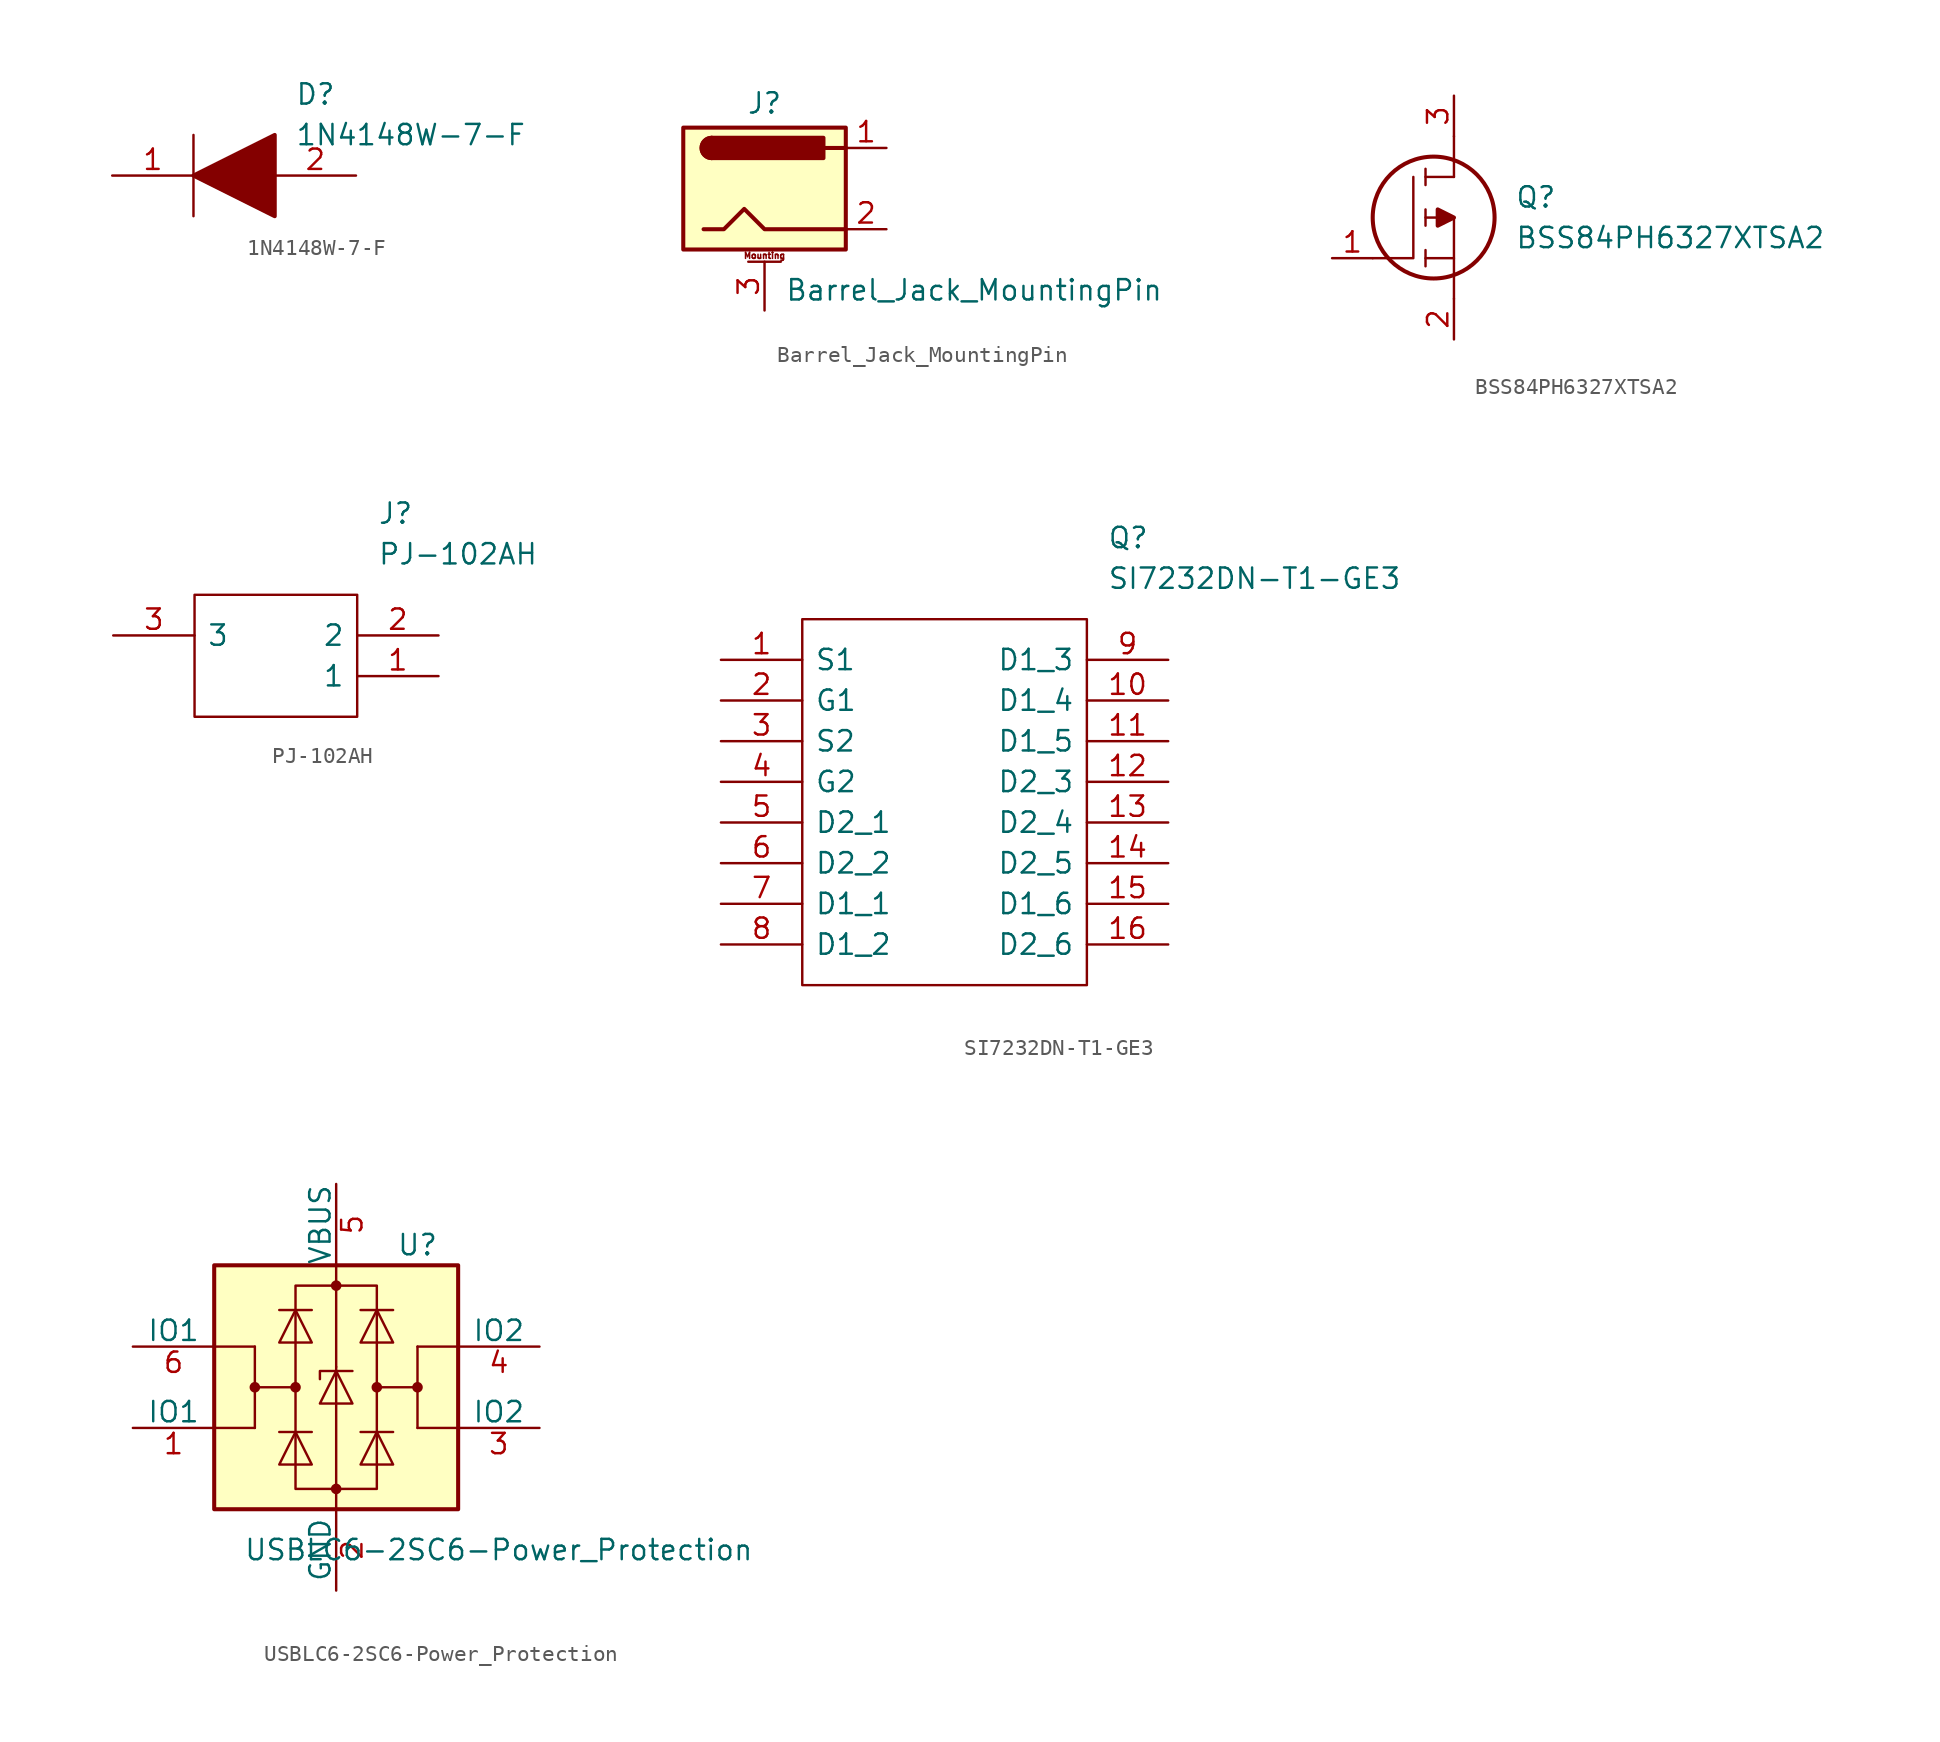
<source format=kicad_sym>
(kicad_symbol_lib
  (version 20211014)
  (generator kicad_symbol_editor)
  (symbol "1N4148W-7-F"
    (pin_names
      (offset 0.762))
    (property "Reference" "D"
      (at 11.43 5.08 0)
      (effects (font (size 1.27 1.27)) (justify left)))
    (property "Value" "1N4148W-7-F"
      (at 11.43 2.54 0)
      (effects (font (size 1.27 1.27)) (justify left)))
    (symbol "1N4148W-7-F_0_0"
      (pin passive line (at 0 0 0) (length 5.08) (name "~" (effects (font (size 1.27 1.27)))) (number "1" (effects (font (size 1.27 1.27)))))
      (pin passive line (at 15.24 0 180) (length 5.08) (name "~" (effects (font (size 1.27 1.27)))) (number "2" (effects (font (size 1.27 1.27))))))
    (symbol "1N4148W-7-F_0_1"
      (polyline (pts (xy 5.08 2.54) (xy 5.08 -2.54)) (stroke (width 0.152) (type default) (color 0 0 0 0)) (fill (type none)))
      (polyline (pts (xy 5.08 0) (xy 10.16 2.54) (xy 10.16 -2.54) (xy 5.08 0)) (stroke (width 0.254) (type default) (color 0 0 0 0)) (fill (type outline)))))
  (symbol "Barrel_Jack_MountingPin"
    (pin_names hide)
    (property "Reference" "J"
      (at 0 5.334 0)
      (effects (font (size 1.27 1.27))))
    (property "Value" "Barrel_Jack_MountingPin"
      (at 1.27 -6.35 0)
      (effects (font (size 1.27 1.27)) (justify left)))
    (symbol "Barrel_Jack_MountingPin_0_1"
      (rectangle (start -5.08 3.81) (end 5.08 -3.81) (stroke (width 0.254) (type default) (color 0 0 0 0)) (fill (type background)))
      (arc (start -3.302 3.175) (mid -3.937 2.54) (end -3.302 1.905) (stroke (width 0.254) (type default) (color 0 0 0 0)) (fill (type none)))
      (arc (start -3.302 3.175) (mid -3.937 2.54) (end -3.302 1.905) (stroke (width 0.254) (type default) (color 0 0 0 0)) (fill (type outline)))
      (polyline (pts (xy 5.08 2.54) (xy 3.81 2.54)) (stroke (width 0.254) (type default) (color 0 0 0 0)) (fill (type none)))
      (polyline (pts (xy -3.81 -2.54) (xy -2.54 -2.54) (xy -1.27 -1.27) (xy 0 -2.54) (xy 2.54 -2.54) (xy 5.08 -2.54)) (stroke (width 0.254) (type default) (color 0 0 0 0)) (fill (type none)))
      (rectangle (start 3.683 3.175) (end -3.302 1.905) (stroke (width 0.254) (type default) (color 0 0 0 0)) (fill (type outline))))
    (symbol "Barrel_Jack_MountingPin_1_1"
      (polyline (pts (xy -1.016 -4.572) (xy 1.016 -4.572)) (stroke (width 0.152) (type default) (color 0 0 0 0)) (fill (type none)))
      (text "Mounting" (at 0 -4.191 0) (effects (font (size 0.381 0.381))))
      (pin passive line (at 7.62 2.54 180) (length 2.54) (name "~" (effects (font (size 1.27 1.27)))) (number "1" (effects (font (size 1.27 1.27)))))
      (pin passive line (at 7.62 -2.54 180) (length 2.54) (name "~" (effects (font (size 1.27 1.27)))) (number "2" (effects (font (size 1.27 1.27)))))
      (pin passive line (at 0 -7.62 90) (length 3.048) (name "MountPin" (effects (font (size 1.27 1.27)))) (number "3" (effects (font (size 1.27 1.27)))))))
  (symbol "BSS84PH6327XTSA2"
    (pin_names
      (offset 0.762))
    (property "Reference" "Q"
      (at 11.43 3.81 0)
      (effects (font (size 1.27 1.27)) (justify left)))
    (property "Value" "BSS84PH6327XTSA2"
      (at 11.43 1.27 0)
      (effects (font (size 1.27 1.27)) (justify left)))
    (symbol "BSS84PH6327XTSA2_0_0"
      (pin passive line (at 0 0 0) (length 2.54) (name "~" (effects (font (size 1.27 1.27)))) (number "1" (effects (font (size 1.27 1.27)))))
      (pin passive line (at 7.62 -5.08 90) (length 2.54) (name "~" (effects (font (size 1.27 1.27)))) (number "2" (effects (font (size 1.27 1.27)))))
      (pin passive line (at 7.62 10.16 270) (length 2.54) (name "~" (effects (font (size 1.27 1.27)))) (number "3" (effects (font (size 1.27 1.27))))))
    (symbol "BSS84PH6327XTSA2_0_1"
      (polyline (pts (xy 5.842 -0.508) (xy 5.842 0.508)) (stroke (width 0.152) (type default) (color 0 0 0 0)) (fill (type none)))
      (polyline (pts (xy 5.842 0) (xy 7.62 0)) (stroke (width 0.152) (type default) (color 0 0 0 0)) (fill (type none)))
      (polyline (pts (xy 5.842 2.032) (xy 5.842 3.048)) (stroke (width 0.152) (type default) (color 0 0 0 0)) (fill (type none)))
      (polyline (pts (xy 5.842 5.588) (xy 5.842 4.572)) (stroke (width 0.152) (type default) (color 0 0 0 0)) (fill (type none)))
      (polyline (pts (xy 7.62 2.54) (xy 5.842 2.54)) (stroke (width 0.152) (type default) (color 0 0 0 0)) (fill (type none)))
      (polyline (pts (xy 7.62 2.54) (xy 7.62 -2.54)) (stroke (width 0.152) (type default) (color 0 0 0 0)) (fill (type none)))
      (polyline (pts (xy 7.62 5.08) (xy 5.842 5.08)) (stroke (width 0.152) (type default) (color 0 0 0 0)) (fill (type none)))
      (polyline (pts (xy 7.62 5.08) (xy 7.62 7.62)) (stroke (width 0.152) (type default) (color 0 0 0 0)) (fill (type none)))
      (polyline (pts (xy 2.54 0) (xy 5.08 0) (xy 5.08 5.08)) (stroke (width 0.152) (type default) (color 0 0 0 0)) (fill (type none)))
      (polyline (pts (xy 7.62 2.54) (xy 6.604 3.048) (xy 6.604 2.032) (xy 7.62 2.54)) (stroke (width 0.254) (type default) (color 0 0 0 0)) (fill (type outline)))
      (circle (center 6.35 2.54) (radius 3.81) (stroke (width 0.254) (type default) (color 0 0 0 0)) (fill (type none)))))
  (symbol "PJ-102AH"
    (pin_names
      (offset 0.762))
    (property "Reference" "J"
      (at 16.51 7.62 0)
      (effects (font (size 1.27 1.27)) (justify left)))
    (property "Value" "PJ-102AH"
      (at 16.51 5.08 0)
      (effects (font (size 1.27 1.27)) (justify left)))
    (symbol "PJ-102AH_0_0"
      (pin passive line (at 20.32 -2.54 180) (length 5.08) (name "1" (effects (font (size 1.27 1.27)))) (number "1" (effects (font (size 1.27 1.27)))))
      (pin passive line (at 20.32 0 180) (length 5.08) (name "2" (effects (font (size 1.27 1.27)))) (number "2" (effects (font (size 1.27 1.27)))))
      (pin passive line (at 0 0 0) (length 5.08) (name "3" (effects (font (size 1.27 1.27)))) (number "3" (effects (font (size 1.27 1.27))))))
    (symbol "PJ-102AH_0_1"
      (polyline (pts (xy 5.08 2.54) (xy 15.24 2.54) (xy 15.24 -5.08) (xy 5.08 -5.08) (xy 5.08 2.54)) (stroke (width 0.152) (type default) (color 0 0 0 0)) (fill (type none)))))
  (symbol "SI7232DN-T1-GE3"
    (pin_names
      (offset 0.762))
    (property "Reference" "Q"
      (at 24.13 7.62 0)
      (effects (font (size 1.27 1.27)) (justify left)))
    (property "Value" "SI7232DN-T1-GE3"
      (at 24.13 5.08 0)
      (effects (font (size 1.27 1.27)) (justify left)))
    (symbol "SI7232DN-T1-GE3_0_0"
      (pin passive line (at 0 0 0) (length 5.08) (name "S1" (effects (font (size 1.27 1.27)))) (number "1" (effects (font (size 1.27 1.27)))))
      (pin passive line (at 27.94 -2.54 180) (length 5.08) (name "D1_4" (effects (font (size 1.27 1.27)))) (number "10" (effects (font (size 1.27 1.27)))))
      (pin passive line (at 27.94 -5.08 180) (length 5.08) (name "D1_5" (effects (font (size 1.27 1.27)))) (number "11" (effects (font (size 1.27 1.27)))))
      (pin passive line (at 27.94 -7.62 180) (length 5.08) (name "D2_3" (effects (font (size 1.27 1.27)))) (number "12" (effects (font (size 1.27 1.27)))))
      (pin passive line (at 27.94 -10.16 180) (length 5.08) (name "D2_4" (effects (font (size 1.27 1.27)))) (number "13" (effects (font (size 1.27 1.27)))))
      (pin passive line (at 27.94 -12.7 180) (length 5.08) (name "D2_5" (effects (font (size 1.27 1.27)))) (number "14" (effects (font (size 1.27 1.27)))))
      (pin passive line (at 27.94 -15.24 180) (length 5.08) (name "D1_6" (effects (font (size 1.27 1.27)))) (number "15" (effects (font (size 1.27 1.27)))))
      (pin passive line (at 27.94 -17.78 180) (length 5.08) (name "D2_6" (effects (font (size 1.27 1.27)))) (number "16" (effects (font (size 1.27 1.27)))))
      (pin passive line (at 0 -2.54 0) (length 5.08) (name "G1" (effects (font (size 1.27 1.27)))) (number "2" (effects (font (size 1.27 1.27)))))
      (pin passive line (at 0 -5.08 0) (length 5.08) (name "S2" (effects (font (size 1.27 1.27)))) (number "3" (effects (font (size 1.27 1.27)))))
      (pin passive line (at 0 -7.62 0) (length 5.08) (name "G2" (effects (font (size 1.27 1.27)))) (number "4" (effects (font (size 1.27 1.27)))))
      (pin passive line (at 0 -10.16 0) (length 5.08) (name "D2_1" (effects (font (size 1.27 1.27)))) (number "5" (effects (font (size 1.27 1.27)))))
      (pin passive line (at 0 -12.7 0) (length 5.08) (name "D2_2" (effects (font (size 1.27 1.27)))) (number "6" (effects (font (size 1.27 1.27)))))
      (pin passive line (at 0 -15.24 0) (length 5.08) (name "D1_1" (effects (font (size 1.27 1.27)))) (number "7" (effects (font (size 1.27 1.27)))))
      (pin passive line (at 0 -17.78 0) (length 5.08) (name "D1_2" (effects (font (size 1.27 1.27)))) (number "8" (effects (font (size 1.27 1.27)))))
      (pin passive line (at 27.94 0 180) (length 5.08) (name "D1_3" (effects (font (size 1.27 1.27)))) (number "9" (effects (font (size 1.27 1.27))))))
    (symbol "SI7232DN-T1-GE3_0_1"
      (polyline (pts (xy 5.08 2.54) (xy 22.86 2.54) (xy 22.86 -20.32) (xy 5.08 -20.32) (xy 5.08 2.54)) (stroke (width 0.152) (type default) (color 0 0 0 0)) (fill (type none)))))
  (symbol "USBLC6-2SC6-Power_Protection"
    (pin_names
      (offset 0))
    (property "Reference" "U"
      (at 5.08 8.89 0)
      (effects (font (size 1.27 1.27))))
    (property "Value" "USBLC6-2SC6-Power_Protection"
      (at 10.16 -10.16 0)
      (effects (font (size 1.27 1.27))))
    (symbol "USBLC6-2SC6-Power_Protection_0_1"
      (rectangle (start -7.62 -7.62) (end 7.62 7.62) (stroke (width 0.254) (type default) (color 0 0 0 0)) (fill (type background)))
      (circle (center -5.08 0) (radius 0.254) (stroke (width 0) (type default) (color 0 0 0 0)) (fill (type outline)))
      (circle (center -2.54 0) (radius 0.254) (stroke (width 0) (type default) (color 0 0 0 0)) (fill (type outline)))
      (rectangle (start -2.54 6.35) (end 2.54 -6.35) (stroke (width 0) (type default) (color 0 0 0 0)) (fill (type none)))
      (circle (center 0 -6.35) (radius 0.254) (stroke (width 0) (type default) (color 0 0 0 0)) (fill (type outline)))
      (polyline (pts (xy -5.08 -2.54) (xy -7.62 -2.54)) (stroke (width 0) (type default) (color 0 0 0 0)) (fill (type none)))
      (polyline (pts (xy -5.08 0) (xy -5.08 -2.54)) (stroke (width 0) (type default) (color 0 0 0 0)) (fill (type none)))
      (polyline (pts (xy -5.08 2.54) (xy -7.62 2.54)) (stroke (width 0) (type default) (color 0 0 0 0)) (fill (type none)))
      (polyline (pts (xy -1.524 -2.794) (xy -3.556 -2.794)) (stroke (width 0) (type default) (color 0 0 0 0)) (fill (type none)))
      (polyline (pts (xy -1.524 4.826) (xy -3.556 4.826)) (stroke (width 0) (type default) (color 0 0 0 0)) (fill (type none)))
      (polyline (pts (xy 0 -7.62) (xy 0 -6.35)) (stroke (width 0) (type default) (color 0 0 0 0)) (fill (type none)))
      (polyline (pts (xy 0 -6.35) (xy 0 1.27)) (stroke (width 0) (type default) (color 0 0 0 0)) (fill (type none)))
      (polyline (pts (xy 0 1.27) (xy 0 6.35)) (stroke (width 0) (type default) (color 0 0 0 0)) (fill (type none)))
      (polyline (pts (xy 0 6.35) (xy 0 7.62)) (stroke (width 0) (type default) (color 0 0 0 0)) (fill (type none)))
      (polyline (pts (xy 1.524 -2.794) (xy 3.556 -2.794)) (stroke (width 0) (type default) (color 0 0 0 0)) (fill (type none)))
      (polyline (pts (xy 1.524 4.826) (xy 3.556 4.826)) (stroke (width 0) (type default) (color 0 0 0 0)) (fill (type none)))
      (polyline (pts (xy 5.08 -2.54) (xy 7.62 -2.54)) (stroke (width 0) (type default) (color 0 0 0 0)) (fill (type none)))
      (polyline (pts (xy 5.08 0) (xy 5.08 -2.54)) (stroke (width 0) (type default) (color 0 0 0 0)) (fill (type none)))
      (polyline (pts (xy 5.08 2.54) (xy 7.62 2.54)) (stroke (width 0) (type default) (color 0 0 0 0)) (fill (type none)))
      (polyline (pts (xy -2.54 0) (xy -5.08 0) (xy -5.08 2.54)) (stroke (width 0) (type default) (color 0 0 0 0)) (fill (type none)))
      (polyline (pts (xy 2.54 0) (xy 5.08 0) (xy 5.08 2.54)) (stroke (width 0) (type default) (color 0 0 0 0)) (fill (type none)))
      (polyline (pts (xy -3.556 -4.826) (xy -1.524 -4.826) (xy -2.54 -2.794) (xy -3.556 -4.826)) (stroke (width 0) (type default) (color 0 0 0 0)) (fill (type none)))
      (polyline (pts (xy -3.556 2.794) (xy -1.524 2.794) (xy -2.54 4.826) (xy -3.556 2.794)) (stroke (width 0) (type default) (color 0 0 0 0)) (fill (type none)))
      (polyline (pts (xy -1.016 -1.016) (xy 1.016 -1.016) (xy 0 1.016) (xy -1.016 -1.016)) (stroke (width 0) (type default) (color 0 0 0 0)) (fill (type none)))
      (polyline (pts (xy 1.016 1.016) (xy 0.762 1.016) (xy -1.016 1.016) (xy -1.016 0.508)) (stroke (width 0) (type default) (color 0 0 0 0)) (fill (type none)))
      (polyline (pts (xy 3.556 -4.826) (xy 1.524 -4.826) (xy 2.54 -2.794) (xy 3.556 -4.826)) (stroke (width 0) (type default) (color 0 0 0 0)) (fill (type none)))
      (polyline (pts (xy 3.556 2.794) (xy 1.524 2.794) (xy 2.54 4.826) (xy 3.556 2.794)) (stroke (width 0) (type default) (color 0 0 0 0)) (fill (type none)))
      (circle (center 0 6.35) (radius 0.254) (stroke (width 0) (type default) (color 0 0 0 0)) (fill (type outline)))
      (circle (center 2.54 0) (radius 0.254) (stroke (width 0) (type default) (color 0 0 0 0)) (fill (type outline)))
      (circle (center 5.08 0) (radius 0.254) (stroke (width 0) (type default) (color 0 0 0 0)) (fill (type outline))))
    (symbol "USBLC6-2SC6-Power_Protection_1_1"
      (pin passive line (at -12.7 -2.54 0) (length 5.08) (name "IO1" (effects (font (size 1.27 1.27)))) (number "1" (effects (font (size 1.27 1.27)))))
      (pin passive line (at 0 -12.7 90) (length 5.08) (name "GND" (effects (font (size 1.27 1.27)))) (number "2" (effects (font (size 1.27 1.27)))))
      (pin passive line (at 12.7 -2.54 180) (length 5.08) (name "IO2" (effects (font (size 1.27 1.27)))) (number "3" (effects (font (size 1.27 1.27)))))
      (pin passive line (at 12.7 2.54 180) (length 5.08) (name "IO2" (effects (font (size 1.27 1.27)))) (number "4" (effects (font (size 1.27 1.27)))))
      (pin passive line (at 0 12.7 270) (length 5.08) (name "VBUS" (effects (font (size 1.27 1.27)))) (number "5" (effects (font (size 1.27 1.27)))))
      (pin passive line (at -12.7 2.54 0) (length 5.08) (name "IO1" (effects (font (size 1.27 1.27)))) (number "6" (effects (font (size 1.27 1.27))))))))
</source>
